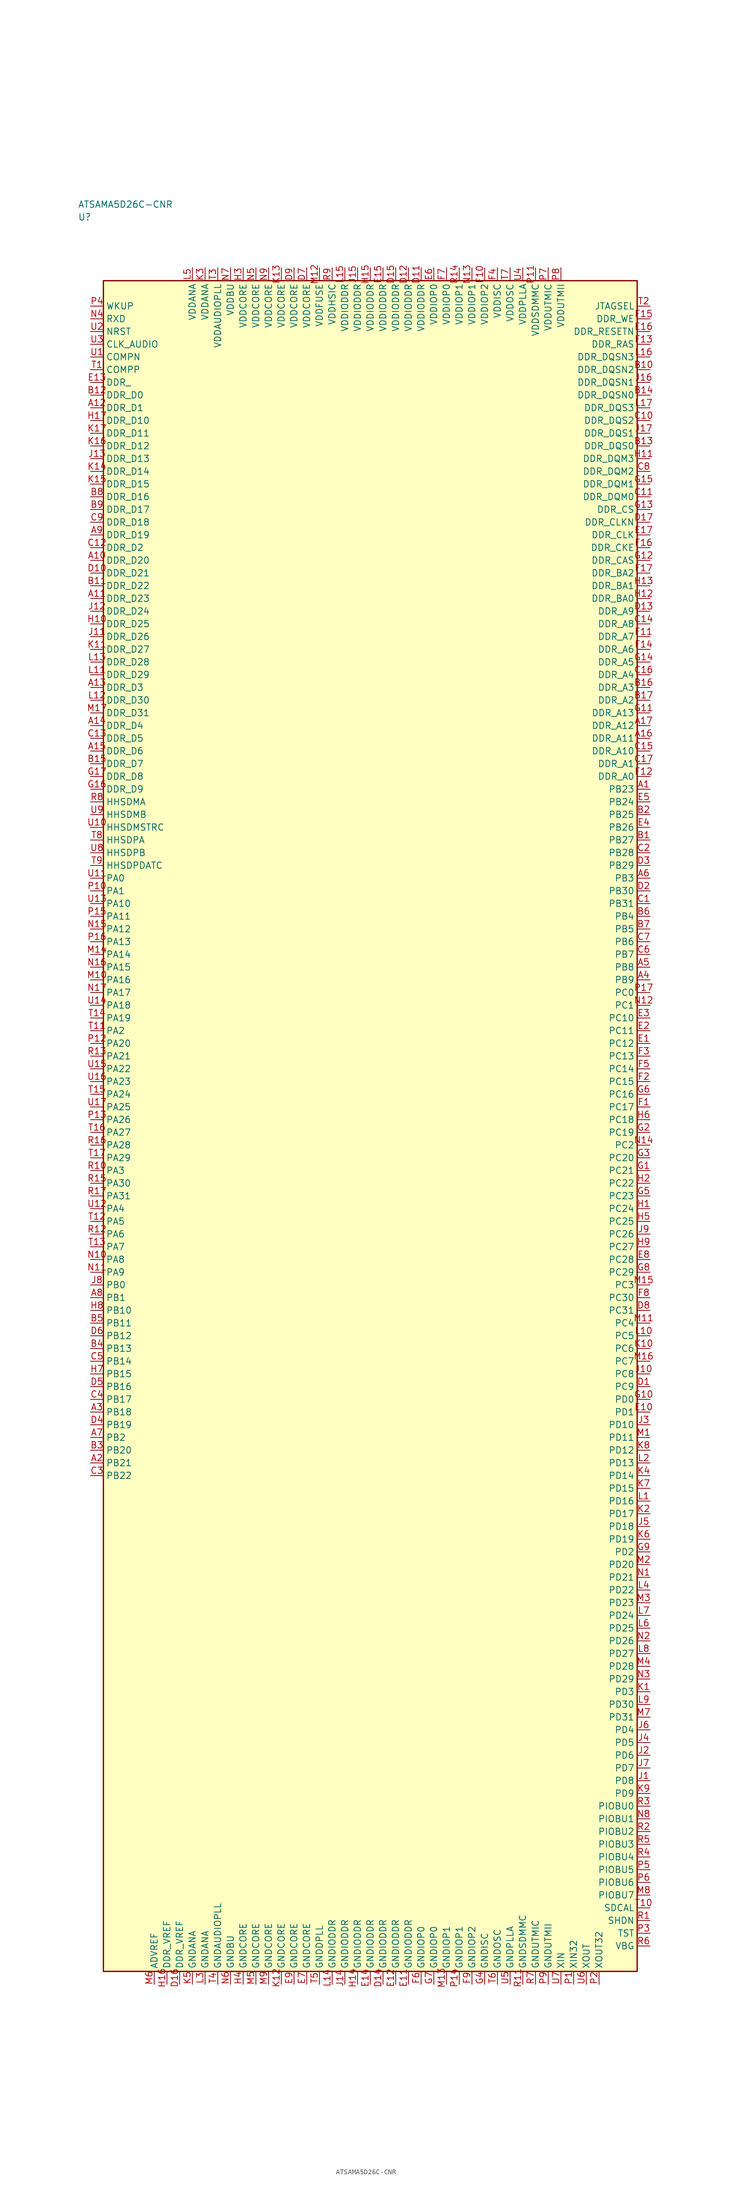
<source format=kicad_sym>
(kicad_symbol_lib
  (version 20241025)
  (generator "kicad_symbol_editor")
  (generator_version "8.0")
  (symbol "ATSAMA5D26C-CNR"
    (property "Reference" "U"
      (at -57.5 178.75 0)
      (effects (font (size 1.27 1.27)) (justify left)))
    (property "Value" "ATSAMA5D26C-CNR"
      (at -57.5 181.25 0)
      (effects (font (size 1.27 1.27)) (justify left)))
    (symbol "ATSAMA5D26C-CNR_0_1"
      (rectangle (start -52.5 166.25) (end 52.5 -166.25) (stroke (width 0.254) (type default)) (fill (type background))))
    (symbol "ATSAMA5D26C-CNR_1_1"
      (pin bidirectional line (at -55.04 48.75 0.0) (length 2.54) (name "PA0" (effects (font (size 1.27 1.27)))) (number "U11" (effects (font (size 1.27 1.27)))))
      (pin bidirectional line (at -55.04 46.25 0.0) (length 2.54) (name "PA1" (effects (font (size 1.27 1.27)))) (number "P10" (effects (font (size 1.27 1.27)))))
      (pin bidirectional line (at -55.04 18.75 0.0) (length 2.54) (name "PA2" (effects (font (size 1.27 1.27)))) (number "T11" (effects (font (size 1.27 1.27)))))
      (pin bidirectional line (at -55.04 -8.75 0.0) (length 2.54) (name "PA3" (effects (font (size 1.27 1.27)))) (number "R10" (effects (font (size 1.27 1.27)))))
      (pin bidirectional line (at -55.04 -16.25 0.0) (length 2.54) (name "PA4" (effects (font (size 1.27 1.27)))) (number "U12" (effects (font (size 1.27 1.27)))))
      (pin bidirectional line (at -55.04 -18.75 0.0) (length 2.54) (name "PA5" (effects (font (size 1.27 1.27)))) (number "T12" (effects (font (size 1.27 1.27)))))
      (pin bidirectional line (at -55.04 -21.25 0.0) (length 2.54) (name "PA6" (effects (font (size 1.27 1.27)))) (number "R12" (effects (font (size 1.27 1.27)))))
      (pin bidirectional line (at -55.04 -23.75 0.0) (length 2.54) (name "PA7" (effects (font (size 1.27 1.27)))) (number "T13" (effects (font (size 1.27 1.27)))))
      (pin bidirectional line (at -55.04 -26.25 0.0) (length 2.54) (name "PA8" (effects (font (size 1.27 1.27)))) (number "N10" (effects (font (size 1.27 1.27)))))
      (pin bidirectional line (at -55.04 -28.75 0.0) (length 2.54) (name "PA9" (effects (font (size 1.27 1.27)))) (number "N11" (effects (font (size 1.27 1.27)))))
      (pin bidirectional line (at -55.04 43.75 0.0) (length 2.54) (name "PA10" (effects (font (size 1.27 1.27)))) (number "U13" (effects (font (size 1.27 1.27)))))
      (pin bidirectional line (at -55.04 41.25 0.0) (length 2.54) (name "PA11" (effects (font (size 1.27 1.27)))) (number "P15" (effects (font (size 1.27 1.27)))))
      (pin bidirectional line (at -55.04 38.75 0.0) (length 2.54) (name "PA12" (effects (font (size 1.27 1.27)))) (number "N15" (effects (font (size 1.27 1.27)))))
      (pin bidirectional line (at -55.04 36.25 0.0) (length 2.54) (name "PA13" (effects (font (size 1.27 1.27)))) (number "P16" (effects (font (size 1.27 1.27)))))
      (pin bidirectional line (at -55.04 33.75 0.0) (length 2.54) (name "PA14" (effects (font (size 1.27 1.27)))) (number "M14" (effects (font (size 1.27 1.27)))))
      (pin bidirectional line (at -55.04 31.25 0.0) (length 2.54) (name "PA15" (effects (font (size 1.27 1.27)))) (number "N16" (effects (font (size 1.27 1.27)))))
      (pin bidirectional line (at -55.04 28.75 0.0) (length 2.54) (name "PA16" (effects (font (size 1.27 1.27)))) (number "M10" (effects (font (size 1.27 1.27)))))
      (pin bidirectional line (at -55.04 26.25 0.0) (length 2.54) (name "PA17" (effects (font (size 1.27 1.27)))) (number "N17" (effects (font (size 1.27 1.27)))))
      (pin bidirectional line (at -55.04 23.75 0.0) (length 2.54) (name "PA18" (effects (font (size 1.27 1.27)))) (number "U14" (effects (font (size 1.27 1.27)))))
      (pin bidirectional line (at -55.04 21.25 0.0) (length 2.54) (name "PA19" (effects (font (size 1.27 1.27)))) (number "T14" (effects (font (size 1.27 1.27)))))
      (pin bidirectional line (at -55.04 16.25 0.0) (length 2.54) (name "PA20" (effects (font (size 1.27 1.27)))) (number "P12" (effects (font (size 1.27 1.27)))))
      (pin bidirectional line (at -55.04 13.75 0.0) (length 2.54) (name "PA21" (effects (font (size 1.27 1.27)))) (number "R13" (effects (font (size 1.27 1.27)))))
      (pin bidirectional line (at -55.04 11.25 0.0) (length 2.54) (name "PA22" (effects (font (size 1.27 1.27)))) (number "U15" (effects (font (size 1.27 1.27)))))
      (pin bidirectional line (at -55.04 8.75 0.0) (length 2.54) (name "PA23" (effects (font (size 1.27 1.27)))) (number "U16" (effects (font (size 1.27 1.27)))))
      (pin bidirectional line (at -55.04 6.25 0.0) (length 2.54) (name "PA24" (effects (font (size 1.27 1.27)))) (number "T15" (effects (font (size 1.27 1.27)))))
      (pin bidirectional line (at -55.04 3.75 0.0) (length 2.54) (name "PA25" (effects (font (size 1.27 1.27)))) (number "U17" (effects (font (size 1.27 1.27)))))
      (pin bidirectional line (at -55.04 1.25 0.0) (length 2.54) (name "PA26" (effects (font (size 1.27 1.27)))) (number "P13" (effects (font (size 1.27 1.27)))))
      (pin bidirectional line (at -55.04 -1.25 0.0) (length 2.54) (name "PA27" (effects (font (size 1.27 1.27)))) (number "T16" (effects (font (size 1.27 1.27)))))
      (pin bidirectional line (at -55.04 -3.75 0.0) (length 2.54) (name "PA28" (effects (font (size 1.27 1.27)))) (number "R16" (effects (font (size 1.27 1.27)))))
      (pin bidirectional line (at -55.04 -6.25 0.0) (length 2.54) (name "PA29" (effects (font (size 1.27 1.27)))) (number "T17" (effects (font (size 1.27 1.27)))))
      (pin bidirectional line (at -55.04 -11.25 0.0) (length 2.54) (name "PA30" (effects (font (size 1.27 1.27)))) (number "R15" (effects (font (size 1.27 1.27)))))
      (pin bidirectional line (at -55.04 -13.75 0.0) (length 2.54) (name "PA31" (effects (font (size 1.27 1.27)))) (number "R17" (effects (font (size 1.27 1.27)))))
      (pin bidirectional line (at -55.04 -31.25 0.0) (length 2.54) (name "PB0" (effects (font (size 1.27 1.27)))) (number "J8" (effects (font (size 1.27 1.27)))))
      (pin bidirectional line (at -55.04 -33.75 0.0) (length 2.54) (name "PB1" (effects (font (size 1.27 1.27)))) (number "A8" (effects (font (size 1.27 1.27)))))
      (pin bidirectional line (at -55.04 -61.25 0.0) (length 2.54) (name "PB2" (effects (font (size 1.27 1.27)))) (number "A7" (effects (font (size 1.27 1.27)))))
      (pin bidirectional line (at 55.04 48.75 180.0) (length 2.54) (name "PB3" (effects (font (size 1.27 1.27)))) (number "A6" (effects (font (size 1.27 1.27)))))
      (pin bidirectional line (at 55.04 41.25 180.0) (length 2.54) (name "PB4" (effects (font (size 1.27 1.27)))) (number "B6" (effects (font (size 1.27 1.27)))))
      (pin bidirectional line (at 55.04 38.75 180.0) (length 2.54) (name "PB5" (effects (font (size 1.27 1.27)))) (number "B7" (effects (font (size 1.27 1.27)))))
      (pin bidirectional line (at 55.04 36.25 180.0) (length 2.54) (name "PB6" (effects (font (size 1.27 1.27)))) (number "C7" (effects (font (size 1.27 1.27)))))
      (pin bidirectional line (at 55.04 33.75 180.0) (length 2.54) (name "PB7" (effects (font (size 1.27 1.27)))) (number "C6" (effects (font (size 1.27 1.27)))))
      (pin bidirectional line (at 55.04 31.25 180.0) (length 2.54) (name "PB8" (effects (font (size 1.27 1.27)))) (number "A5" (effects (font (size 1.27 1.27)))))
      (pin bidirectional line (at 55.04 28.75 180.0) (length 2.54) (name "PB9" (effects (font (size 1.27 1.27)))) (number "A4" (effects (font (size 1.27 1.27)))))
      (pin bidirectional line (at -55.04 -36.25 0.0) (length 2.54) (name "PB10" (effects (font (size 1.27 1.27)))) (number "H8" (effects (font (size 1.27 1.27)))))
      (pin bidirectional line (at -55.04 -38.75 0.0) (length 2.54) (name "PB11" (effects (font (size 1.27 1.27)))) (number "B5" (effects (font (size 1.27 1.27)))))
      (pin bidirectional line (at -55.04 -41.25 0.0) (length 2.54) (name "PB12" (effects (font (size 1.27 1.27)))) (number "D6" (effects (font (size 1.27 1.27)))))
      (pin bidirectional line (at -55.04 -43.75 0.0) (length 2.54) (name "PB13" (effects (font (size 1.27 1.27)))) (number "B4" (effects (font (size 1.27 1.27)))))
      (pin bidirectional line (at -55.04 -46.25 0.0) (length 2.54) (name "PB14" (effects (font (size 1.27 1.27)))) (number "C5" (effects (font (size 1.27 1.27)))))
      (pin bidirectional line (at -55.04 -48.75 0.0) (length 2.54) (name "PB15" (effects (font (size 1.27 1.27)))) (number "H7" (effects (font (size 1.27 1.27)))))
      (pin bidirectional line (at -55.04 -51.25 0.0) (length 2.54) (name "PB16" (effects (font (size 1.27 1.27)))) (number "D5" (effects (font (size 1.27 1.27)))))
      (pin bidirectional line (at -55.04 -53.75 0.0) (length 2.54) (name "PB17" (effects (font (size 1.27 1.27)))) (number "C4" (effects (font (size 1.27 1.27)))))
      (pin bidirectional line (at -55.04 -56.25 0.0) (length 2.54) (name "PB18" (effects (font (size 1.27 1.27)))) (number "A3" (effects (font (size 1.27 1.27)))))
      (pin bidirectional line (at -55.04 -58.75 0.0) (length 2.54) (name "PB19" (effects (font (size 1.27 1.27)))) (number "D4" (effects (font (size 1.27 1.27)))))
      (pin bidirectional line (at -55.04 -63.75 0.0) (length 2.54) (name "PB20" (effects (font (size 1.27 1.27)))) (number "B3" (effects (font (size 1.27 1.27)))))
      (pin bidirectional line (at -55.04 -66.25 0.0) (length 2.54) (name "PB21" (effects (font (size 1.27 1.27)))) (number "A2" (effects (font (size 1.27 1.27)))))
      (pin bidirectional line (at -55.04 -68.75 0.0) (length 2.54) (name "PB22" (effects (font (size 1.27 1.27)))) (number "C3" (effects (font (size 1.27 1.27)))))
      (pin bidirectional line (at 55.04 66.25 180.0) (length 2.54) (name "PB23" (effects (font (size 1.27 1.27)))) (number "A1" (effects (font (size 1.27 1.27)))))
      (pin bidirectional line (at 55.04 63.75 180.0) (length 2.54) (name "PB24" (effects (font (size 1.27 1.27)))) (number "E5" (effects (font (size 1.27 1.27)))))
      (pin bidirectional line (at 55.04 61.25 180.0) (length 2.54) (name "PB25" (effects (font (size 1.27 1.27)))) (number "B2" (effects (font (size 1.27 1.27)))))
      (pin bidirectional line (at 55.04 58.75 180.0) (length 2.54) (name "PB26" (effects (font (size 1.27 1.27)))) (number "E4" (effects (font (size 1.27 1.27)))))
      (pin bidirectional line (at 55.04 56.25 180.0) (length 2.54) (name "PB27" (effects (font (size 1.27 1.27)))) (number "B1" (effects (font (size 1.27 1.27)))))
      (pin bidirectional line (at 55.04 53.75 180.0) (length 2.54) (name "PB28" (effects (font (size 1.27 1.27)))) (number "C2" (effects (font (size 1.27 1.27)))))
      (pin bidirectional line (at 55.04 51.25 180.0) (length 2.54) (name "PB29" (effects (font (size 1.27 1.27)))) (number "D3" (effects (font (size 1.27 1.27)))))
      (pin bidirectional line (at 55.04 46.25 180.0) (length 2.54) (name "PB30" (effects (font (size 1.27 1.27)))) (number "D2" (effects (font (size 1.27 1.27)))))
      (pin bidirectional line (at 55.04 43.75 180.0) (length 2.54) (name "PB31" (effects (font (size 1.27 1.27)))) (number "C1" (effects (font (size 1.27 1.27)))))
      (pin bidirectional line (at 55.04 26.25 180.0) (length 2.54) (name "PC0" (effects (font (size 1.27 1.27)))) (number "P17" (effects (font (size 1.27 1.27)))))
      (pin bidirectional line (at 55.04 23.75 180.0) (length 2.54) (name "PC1" (effects (font (size 1.27 1.27)))) (number "N12" (effects (font (size 1.27 1.27)))))
      (pin bidirectional line (at 55.04 -3.75 180.0) (length 2.54) (name "PC2" (effects (font (size 1.27 1.27)))) (number "N14" (effects (font (size 1.27 1.27)))))
      (pin bidirectional line (at 55.04 -31.25 180.0) (length 2.54) (name "PC3" (effects (font (size 1.27 1.27)))) (number "M15" (effects (font (size 1.27 1.27)))))
      (pin bidirectional line (at 55.04 -38.75 180.0) (length 2.54) (name "PC4" (effects (font (size 1.27 1.27)))) (number "M11" (effects (font (size 1.27 1.27)))))
      (pin bidirectional line (at 55.04 -41.25 180.0) (length 2.54) (name "PC5" (effects (font (size 1.27 1.27)))) (number "L10" (effects (font (size 1.27 1.27)))))
      (pin bidirectional line (at 55.04 -43.75 180.0) (length 2.54) (name "PC6" (effects (font (size 1.27 1.27)))) (number "K10" (effects (font (size 1.27 1.27)))))
      (pin bidirectional line (at 55.04 -46.25 180.0) (length 2.54) (name "PC7" (effects (font (size 1.27 1.27)))) (number "M16" (effects (font (size 1.27 1.27)))))
      (pin bidirectional line (at 55.04 -48.75 180.0) (length 2.54) (name "PC8" (effects (font (size 1.27 1.27)))) (number "J10" (effects (font (size 1.27 1.27)))))
      (pin bidirectional line (at 55.04 -51.25 180.0) (length 2.54) (name "PC9" (effects (font (size 1.27 1.27)))) (number "D1" (effects (font (size 1.27 1.27)))))
      (pin bidirectional line (at 55.04 21.25 180.0) (length 2.54) (name "PC10" (effects (font (size 1.27 1.27)))) (number "E3" (effects (font (size 1.27 1.27)))))
      (pin bidirectional line (at 55.04 18.75 180.0) (length 2.54) (name "PC11" (effects (font (size 1.27 1.27)))) (number "E2" (effects (font (size 1.27 1.27)))))
      (pin bidirectional line (at 55.04 16.25 180.0) (length 2.54) (name "PC12" (effects (font (size 1.27 1.27)))) (number "E1" (effects (font (size 1.27 1.27)))))
      (pin bidirectional line (at 55.04 13.75 180.0) (length 2.54) (name "PC13" (effects (font (size 1.27 1.27)))) (number "F3" (effects (font (size 1.27 1.27)))))
      (pin bidirectional line (at 55.04 11.25 180.0) (length 2.54) (name "PC14" (effects (font (size 1.27 1.27)))) (number "F5" (effects (font (size 1.27 1.27)))))
      (pin bidirectional line (at 55.04 8.75 180.0) (length 2.54) (name "PC15" (effects (font (size 1.27 1.27)))) (number "F2" (effects (font (size 1.27 1.27)))))
      (pin bidirectional line (at 55.04 6.25 180.0) (length 2.54) (name "PC16" (effects (font (size 1.27 1.27)))) (number "G6" (effects (font (size 1.27 1.27)))))
      (pin bidirectional line (at 55.04 3.75 180.0) (length 2.54) (name "PC17" (effects (font (size 1.27 1.27)))) (number "F1" (effects (font (size 1.27 1.27)))))
      (pin bidirectional line (at 55.04 1.25 180.0) (length 2.54) (name "PC18" (effects (font (size 1.27 1.27)))) (number "H6" (effects (font (size 1.27 1.27)))))
      (pin bidirectional line (at 55.04 -1.25 180.0) (length 2.54) (name "PC19" (effects (font (size 1.27 1.27)))) (number "G2" (effects (font (size 1.27 1.27)))))
      (pin bidirectional line (at 55.04 -6.25 180.0) (length 2.54) (name "PC20" (effects (font (size 1.27 1.27)))) (number "G3" (effects (font (size 1.27 1.27)))))
      (pin bidirectional line (at 55.04 -8.75 180.0) (length 2.54) (name "PC21" (effects (font (size 1.27 1.27)))) (number "G1" (effects (font (size 1.27 1.27)))))
      (pin bidirectional line (at 55.04 -11.25 180.0) (length 2.54) (name "PC22" (effects (font (size 1.27 1.27)))) (number "H2" (effects (font (size 1.27 1.27)))))
      (pin bidirectional line (at 55.04 -13.75 180.0) (length 2.54) (name "PC23" (effects (font (size 1.27 1.27)))) (number "G5" (effects (font (size 1.27 1.27)))))
      (pin bidirectional line (at 55.04 -16.25 180.0) (length 2.54) (name "PC24" (effects (font (size 1.27 1.27)))) (number "H1" (effects (font (size 1.27 1.27)))))
      (pin bidirectional line (at 55.04 -18.75 180.0) (length 2.54) (name "PC25" (effects (font (size 1.27 1.27)))) (number "H5" (effects (font (size 1.27 1.27)))))
      (pin bidirectional line (at 55.04 -21.25 180.0) (length 2.54) (name "PC26" (effects (font (size 1.27 1.27)))) (number "J9" (effects (font (size 1.27 1.27)))))
      (pin bidirectional line (at 55.04 -23.75 180.0) (length 2.54) (name "PC27" (effects (font (size 1.27 1.27)))) (number "H9" (effects (font (size 1.27 1.27)))))
      (pin bidirectional line (at 55.04 -26.25 180.0) (length 2.54) (name "PC28" (effects (font (size 1.27 1.27)))) (number "E8" (effects (font (size 1.27 1.27)))))
      (pin bidirectional line (at 55.04 -28.75 180.0) (length 2.54) (name "PC29" (effects (font (size 1.27 1.27)))) (number "G8" (effects (font (size 1.27 1.27)))))
      (pin bidirectional line (at 55.04 -33.75 180.0) (length 2.54) (name "PC30" (effects (font (size 1.27 1.27)))) (number "F8" (effects (font (size 1.27 1.27)))))
      (pin bidirectional line (at 55.04 -36.25 180.0) (length 2.54) (name "PC31" (effects (font (size 1.27 1.27)))) (number "D8" (effects (font (size 1.27 1.27)))))
      (pin bidirectional line (at 55.04 -53.75 180.0) (length 2.54) (name "PD0" (effects (font (size 1.27 1.27)))) (number "G10" (effects (font (size 1.27 1.27)))))
      (pin bidirectional line (at 55.04 -56.25 180.0) (length 2.54) (name "PD1" (effects (font (size 1.27 1.27)))) (number "E10" (effects (font (size 1.27 1.27)))))
      (pin bidirectional line (at 55.04 -83.75 180.0) (length 2.54) (name "PD2" (effects (font (size 1.27 1.27)))) (number "G9" (effects (font (size 1.27 1.27)))))
      (pin bidirectional line (at 55.04 -111.25 180.0) (length 2.54) (name "PD3" (effects (font (size 1.27 1.27)))) (number "K1" (effects (font (size 1.27 1.27)))))
      (pin bidirectional line (at 55.04 -118.75 180.0) (length 2.54) (name "PD4" (effects (font (size 1.27 1.27)))) (number "J6" (effects (font (size 1.27 1.27)))))
      (pin bidirectional line (at 55.04 -121.25 180.0) (length 2.54) (name "PD5" (effects (font (size 1.27 1.27)))) (number "J4" (effects (font (size 1.27 1.27)))))
      (pin bidirectional line (at 55.04 -123.75 180.0) (length 2.54) (name "PD6" (effects (font (size 1.27 1.27)))) (number "J2" (effects (font (size 1.27 1.27)))))
      (pin bidirectional line (at 55.04 -126.25 180.0) (length 2.54) (name "PD7" (effects (font (size 1.27 1.27)))) (number "J7" (effects (font (size 1.27 1.27)))))
      (pin bidirectional line (at 55.04 -128.75 180.0) (length 2.54) (name "PD8" (effects (font (size 1.27 1.27)))) (number "J1" (effects (font (size 1.27 1.27)))))
      (pin bidirectional line (at 55.04 -131.25 180.0) (length 2.54) (name "PD9" (effects (font (size 1.27 1.27)))) (number "K9" (effects (font (size 1.27 1.27)))))
      (pin bidirectional line (at 55.04 -58.75 180.0) (length 2.54) (name "PD10" (effects (font (size 1.27 1.27)))) (number "J3" (effects (font (size 1.27 1.27)))))
      (pin bidirectional line (at 55.04 -61.25 180.0) (length 2.54) (name "PD11" (effects (font (size 1.27 1.27)))) (number "M1" (effects (font (size 1.27 1.27)))))
      (pin bidirectional line (at 55.04 -63.75 180.0) (length 2.54) (name "PD12" (effects (font (size 1.27 1.27)))) (number "K8" (effects (font (size 1.27 1.27)))))
      (pin bidirectional line (at 55.04 -66.25 180.0) (length 2.54) (name "PD13" (effects (font (size 1.27 1.27)))) (number "L2" (effects (font (size 1.27 1.27)))))
      (pin bidirectional line (at 55.04 -68.75 180.0) (length 2.54) (name "PD14" (effects (font (size 1.27 1.27)))) (number "K4" (effects (font (size 1.27 1.27)))))
      (pin bidirectional line (at 55.04 -71.25 180.0) (length 2.54) (name "PD15" (effects (font (size 1.27 1.27)))) (number "K7" (effects (font (size 1.27 1.27)))))
      (pin bidirectional line (at 55.04 -73.75 180.0) (length 2.54) (name "PD16" (effects (font (size 1.27 1.27)))) (number "L1" (effects (font (size 1.27 1.27)))))
      (pin bidirectional line (at 55.04 -76.25 180.0) (length 2.54) (name "PD17" (effects (font (size 1.27 1.27)))) (number "K2" (effects (font (size 1.27 1.27)))))
      (pin bidirectional line (at 55.04 -78.75 180.0) (length 2.54) (name "PD18" (effects (font (size 1.27 1.27)))) (number "J5" (effects (font (size 1.27 1.27)))))
      (pin bidirectional line (at 55.04 -81.25 180.0) (length 2.54) (name "PD19" (effects (font (size 1.27 1.27)))) (number "K6" (effects (font (size 1.27 1.27)))))
      (pin bidirectional line (at 55.04 -86.25 180.0) (length 2.54) (name "PD20" (effects (font (size 1.27 1.27)))) (number "M2" (effects (font (size 1.27 1.27)))))
      (pin bidirectional line (at 55.04 -88.75 180.0) (length 2.54) (name "PD21" (effects (font (size 1.27 1.27)))) (number "N1" (effects (font (size 1.27 1.27)))))
      (pin bidirectional line (at 55.04 -91.25 180.0) (length 2.54) (name "PD22" (effects (font (size 1.27 1.27)))) (number "L4" (effects (font (size 1.27 1.27)))))
      (pin bidirectional line (at 55.04 -93.75 180.0) (length 2.54) (name "PD23" (effects (font (size 1.27 1.27)))) (number "M3" (effects (font (size 1.27 1.27)))))
      (pin bidirectional line (at 55.04 -96.25 180.0) (length 2.54) (name "PD24" (effects (font (size 1.27 1.27)))) (number "L7" (effects (font (size 1.27 1.27)))))
      (pin bidirectional line (at 55.04 -98.75 180.0) (length 2.54) (name "PD25" (effects (font (size 1.27 1.27)))) (number "L6" (effects (font (size 1.27 1.27)))))
      (pin bidirectional line (at 55.04 -101.25 180.0) (length 2.54) (name "PD26" (effects (font (size 1.27 1.27)))) (number "N2" (effects (font (size 1.27 1.27)))))
      (pin bidirectional line (at 55.04 -103.75 180.0) (length 2.54) (name "PD27" (effects (font (size 1.27 1.27)))) (number "L8" (effects (font (size 1.27 1.27)))))
      (pin bidirectional line (at 55.04 -106.25 180.0) (length 2.54) (name "PD28" (effects (font (size 1.27 1.27)))) (number "M4" (effects (font (size 1.27 1.27)))))
      (pin bidirectional line (at 55.04 -108.75 180.0) (length 2.54) (name "PD29" (effects (font (size 1.27 1.27)))) (number "N3" (effects (font (size 1.27 1.27)))))
      (pin bidirectional line (at 55.04 -113.75 180.0) (length 2.54) (name "PD30" (effects (font (size 1.27 1.27)))) (number "L9" (effects (font (size 1.27 1.27)))))
      (pin bidirectional line (at 55.04 -116.25 180.0) (length 2.54) (name "PD31" (effects (font (size 1.27 1.27)))) (number "M7" (effects (font (size 1.27 1.27)))))
      (pin power_in line (at -35.0 168.79 270.0) (length 2.54) (name "VDDANA" (effects (font (size 1.27 1.27)))) (number "L5" (effects (font (size 1.27 1.27)))))
      (pin passive line (at -35.0 -168.79 90.0) (length 2.54) (name "GNDANA" (effects (font (size 1.27 1.27)))) (number "K5" (effects (font (size 1.27 1.27)))))
      (pin passive line (at -42.5 -168.79 90.0) (length 2.54) (name "ADVREF" (effects (font (size 1.27 1.27)))) (number "M6" (effects (font (size 1.27 1.27)))))
      (pin power_in line (at -32.5 168.79 270.0) (length 2.54) (name "VDDANA" (effects (font (size 1.27 1.27)))) (number "K3" (effects (font (size 1.27 1.27)))))
      (pin passive line (at -32.5 -168.79 90.0) (length 2.54) (name "GNDANA" (effects (font (size 1.27 1.27)))) (number "L3" (effects (font (size 1.27 1.27)))))
      (pin passive line (at -40.0 -168.79 90.0) (length 2.54) (name "DDR_VREF" (effects (font (size 1.27 1.27)))) (number "H16" (effects (font (size 1.27 1.27)))))
      (pin passive line (at -37.5 -168.79 90.0) (length 2.54) (name "DDR_VREF" (effects (font (size 1.27 1.27)))) (number "D16" (effects (font (size 1.27 1.27)))))
      (pin bidirectional line (at -55.04 143.75 0.0) (length 2.54) (name "DDR_D0" (effects (font (size 1.27 1.27)))) (number "B12" (effects (font (size 1.27 1.27)))))
      (pin bidirectional line (at -55.04 141.25 0.0) (length 2.54) (name "DDR_D1" (effects (font (size 1.27 1.27)))) (number "A12" (effects (font (size 1.27 1.27)))))
      (pin bidirectional line (at -55.04 113.75 0.0) (length 2.54) (name "DDR_D2" (effects (font (size 1.27 1.27)))) (number "C12" (effects (font (size 1.27 1.27)))))
      (pin bidirectional line (at -55.04 86.25 0.0) (length 2.54) (name "DDR_D3" (effects (font (size 1.27 1.27)))) (number "A13" (effects (font (size 1.27 1.27)))))
      (pin bidirectional line (at -55.04 78.75 0.0) (length 2.54) (name "DDR_D4" (effects (font (size 1.27 1.27)))) (number "A14" (effects (font (size 1.27 1.27)))))
      (pin bidirectional line (at -55.04 76.25 0.0) (length 2.54) (name "DDR_D5" (effects (font (size 1.27 1.27)))) (number "C13" (effects (font (size 1.27 1.27)))))
      (pin bidirectional line (at -55.04 73.75 0.0) (length 2.54) (name "DDR_D6" (effects (font (size 1.27 1.27)))) (number "A15" (effects (font (size 1.27 1.27)))))
      (pin bidirectional line (at -55.04 71.25 0.0) (length 2.54) (name "DDR_D7" (effects (font (size 1.27 1.27)))) (number "B15" (effects (font (size 1.27 1.27)))))
      (pin bidirectional line (at -55.04 68.75 0.0) (length 2.54) (name "DDR_D8" (effects (font (size 1.27 1.27)))) (number "G17" (effects (font (size 1.27 1.27)))))
      (pin bidirectional line (at -55.04 66.25 0.0) (length 2.54) (name "DDR_D9" (effects (font (size 1.27 1.27)))) (number "G16" (effects (font (size 1.27 1.27)))))
      (pin bidirectional line (at -55.04 138.75 0.0) (length 2.54) (name "DDR_D10" (effects (font (size 1.27 1.27)))) (number "H17" (effects (font (size 1.27 1.27)))))
      (pin bidirectional line (at -55.04 136.25 0.0) (length 2.54) (name "DDR_D11" (effects (font (size 1.27 1.27)))) (number "K17" (effects (font (size 1.27 1.27)))))
      (pin bidirectional line (at -55.04 133.75 0.0) (length 2.54) (name "DDR_D12" (effects (font (size 1.27 1.27)))) (number "K16" (effects (font (size 1.27 1.27)))))
      (pin bidirectional line (at -55.04 131.25 0.0) (length 2.54) (name "DDR_D13" (effects (font (size 1.27 1.27)))) (number "J13" (effects (font (size 1.27 1.27)))))
      (pin bidirectional line (at -55.04 128.75 0.0) (length 2.54) (name "DDR_D14" (effects (font (size 1.27 1.27)))) (number "K14" (effects (font (size 1.27 1.27)))))
      (pin bidirectional line (at -55.04 126.25 0.0) (length 2.54) (name "DDR_D15" (effects (font (size 1.27 1.27)))) (number "K15" (effects (font (size 1.27 1.27)))))
      (pin bidirectional line (at -55.04 123.75 0.0) (length 2.54) (name "DDR_D16" (effects (font (size 1.27 1.27)))) (number "B8" (effects (font (size 1.27 1.27)))))
      (pin bidirectional line (at -55.04 121.25 0.0) (length 2.54) (name "DDR_D17" (effects (font (size 1.27 1.27)))) (number "B9" (effects (font (size 1.27 1.27)))))
      (pin bidirectional line (at -55.04 118.75 0.0) (length 2.54) (name "DDR_D18" (effects (font (size 1.27 1.27)))) (number "C9" (effects (font (size 1.27 1.27)))))
      (pin bidirectional line (at -55.04 116.25 0.0) (length 2.54) (name "DDR_D19" (effects (font (size 1.27 1.27)))) (number "A9" (effects (font (size 1.27 1.27)))))
      (pin bidirectional line (at -55.04 111.25 0.0) (length 2.54) (name "DDR_D20" (effects (font (size 1.27 1.27)))) (number "A10" (effects (font (size 1.27 1.27)))))
      (pin bidirectional line (at -55.04 108.75 0.0) (length 2.54) (name "DDR_D21" (effects (font (size 1.27 1.27)))) (number "D10" (effects (font (size 1.27 1.27)))))
      (pin bidirectional line (at -55.04 106.25 0.0) (length 2.54) (name "DDR_D22" (effects (font (size 1.27 1.27)))) (number "B11" (effects (font (size 1.27 1.27)))))
      (pin bidirectional line (at -55.04 103.75 0.0) (length 2.54) (name "DDR_D23" (effects (font (size 1.27 1.27)))) (number "A11" (effects (font (size 1.27 1.27)))))
      (pin bidirectional line (at -55.04 101.25 0.0) (length 2.54) (name "DDR_D24" (effects (font (size 1.27 1.27)))) (number "J12" (effects (font (size 1.27 1.27)))))
      (pin bidirectional line (at -55.04 98.75 0.0) (length 2.54) (name "DDR_D25" (effects (font (size 1.27 1.27)))) (number "H10" (effects (font (size 1.27 1.27)))))
      (pin bidirectional line (at -55.04 96.25 0.0) (length 2.54) (name "DDR_D26" (effects (font (size 1.27 1.27)))) (number "J11" (effects (font (size 1.27 1.27)))))
      (pin bidirectional line (at -55.04 93.75 0.0) (length 2.54) (name "DDR_D27" (effects (font (size 1.27 1.27)))) (number "K11" (effects (font (size 1.27 1.27)))))
      (pin bidirectional line (at -55.04 91.25 0.0) (length 2.54) (name "DDR_D28" (effects (font (size 1.27 1.27)))) (number "L13" (effects (font (size 1.27 1.27)))))
      (pin bidirectional line (at -55.04 88.75 0.0) (length 2.54) (name "DDR_D29" (effects (font (size 1.27 1.27)))) (number "L11" (effects (font (size 1.27 1.27)))))
      (pin bidirectional line (at -55.04 83.75 0.0) (length 2.54) (name "DDR_D30" (effects (font (size 1.27 1.27)))) (number "L12" (effects (font (size 1.27 1.27)))))
      (pin bidirectional line (at -55.04 81.25 0.0) (length 2.54) (name "DDR_D31" (effects (font (size 1.27 1.27)))) (number "M17" (effects (font (size 1.27 1.27)))))
      (pin output line (at 55.04 68.75 180.0) (length 2.54) (name "DDR_A0" (effects (font (size 1.27 1.27)))) (number "F12" (effects (font (size 1.27 1.27)))))
      (pin output line (at 55.04 71.25 180.0) (length 2.54) (name "DDR_A1" (effects (font (size 1.27 1.27)))) (number "C17" (effects (font (size 1.27 1.27)))))
      (pin output line (at 55.04 83.75 180.0) (length 2.54) (name "DDR_A2" (effects (font (size 1.27 1.27)))) (number "B17" (effects (font (size 1.27 1.27)))))
      (pin output line (at 55.04 86.25 180.0) (length 2.54) (name "DDR_A3" (effects (font (size 1.27 1.27)))) (number "B16" (effects (font (size 1.27 1.27)))))
      (pin output line (at 55.04 88.75 180.0) (length 2.54) (name "DDR_A4" (effects (font (size 1.27 1.27)))) (number "C16" (effects (font (size 1.27 1.27)))))
      (pin output line (at 55.04 91.25 180.0) (length 2.54) (name "DDR_A5" (effects (font (size 1.27 1.27)))) (number "G14" (effects (font (size 1.27 1.27)))))
      (pin output line (at 55.04 93.75 180.0) (length 2.54) (name "DDR_A6" (effects (font (size 1.27 1.27)))) (number "F14" (effects (font (size 1.27 1.27)))))
      (pin output line (at 55.04 96.25 180.0) (length 2.54) (name "DDR_A7" (effects (font (size 1.27 1.27)))) (number "F11" (effects (font (size 1.27 1.27)))))
      (pin output line (at 55.04 98.75 180.0) (length 2.54) (name "DDR_A8" (effects (font (size 1.27 1.27)))) (number "C14" (effects (font (size 1.27 1.27)))))
      (pin output line (at 55.04 101.25 180.0) (length 2.54) (name "DDR_A9" (effects (font (size 1.27 1.27)))) (number "D13" (effects (font (size 1.27 1.27)))))
      (pin output line (at 55.04 73.75 180.0) (length 2.54) (name "DDR_A10" (effects (font (size 1.27 1.27)))) (number "C15" (effects (font (size 1.27 1.27)))))
      (pin output line (at 55.04 76.25 180.0) (length 2.54) (name "DDR_A11" (effects (font (size 1.27 1.27)))) (number "A16" (effects (font (size 1.27 1.27)))))
      (pin output line (at 55.04 78.75 180.0) (length 2.54) (name "DDR_A12" (effects (font (size 1.27 1.27)))) (number "A17" (effects (font (size 1.27 1.27)))))
      (pin output line (at 55.04 81.25 180.0) (length 2.54) (name "DDR_A13" (effects (font (size 1.27 1.27)))) (number "G11" (effects (font (size 1.27 1.27)))))
      (pin output line (at 55.04 116.25 180.0) (length 2.54) (name "DDR_CLK" (effects (font (size 1.27 1.27)))) (number "E17" (effects (font (size 1.27 1.27)))))
      (pin output line (at 55.04 118.75 180.0) (length 2.54) (name "DDR_CLKN" (effects (font (size 1.27 1.27)))) (number "D17" (effects (font (size 1.27 1.27)))))
      (pin output line (at 55.04 113.75 180.0) (length 2.54) (name "DDR_CKE" (effects (font (size 1.27 1.27)))) (number "F16" (effects (font (size 1.27 1.27)))))
      (pin output line (at 55.04 156.25 180.0) (length 2.54) (name "DDR_RESETN" (effects (font (size 1.27 1.27)))) (number "E16" (effects (font (size 1.27 1.27)))))
      (pin output line (at 55.04 121.25 180.0) (length 2.54) (name "DDR_CS" (effects (font (size 1.27 1.27)))) (number "G13" (effects (font (size 1.27 1.27)))))
      (pin output line (at 55.04 158.75 180.0) (length 2.54) (name "DDR_WE" (effects (font (size 1.27 1.27)))) (number "F15" (effects (font (size 1.27 1.27)))))
      (pin output line (at 55.04 153.75 180.0) (length 2.54) (name "DDR_RAS" (effects (font (size 1.27 1.27)))) (number "F13" (effects (font (size 1.27 1.27)))))
      (pin output line (at 55.04 111.25 180.0) (length 2.54) (name "DDR_CAS" (effects (font (size 1.27 1.27)))) (number "G12" (effects (font (size 1.27 1.27)))))
      (pin output line (at 55.04 123.75 180.0) (length 2.54) (name "DDR_DQM0" (effects (font (size 1.27 1.27)))) (number "C11" (effects (font (size 1.27 1.27)))))
      (pin output line (at 55.04 126.25 180.0) (length 2.54) (name "DDR_DQM1" (effects (font (size 1.27 1.27)))) (number "G15" (effects (font (size 1.27 1.27)))))
      (pin output line (at 55.04 128.75 180.0) (length 2.54) (name "DDR_DQM2" (effects (font (size 1.27 1.27)))) (number "C8" (effects (font (size 1.27 1.27)))))
      (pin output line (at 55.04 131.25 180.0) (length 2.54) (name "DDR_DQM3" (effects (font (size 1.27 1.27)))) (number "H11" (effects (font (size 1.27 1.27)))))
      (pin output line (at 55.04 133.75 180.0) (length 2.54) (name "DDR_DQS0" (effects (font (size 1.27 1.27)))) (number "B13" (effects (font (size 1.27 1.27)))))
      (pin output line (at 55.04 136.25 180.0) (length 2.54) (name "DDR_DQS1" (effects (font (size 1.27 1.27)))) (number "J17" (effects (font (size 1.27 1.27)))))
      (pin output line (at 55.04 138.75 180.0) (length 2.54) (name "DDR_DQS2" (effects (font (size 1.27 1.27)))) (number "C10" (effects (font (size 1.27 1.27)))))
      (pin output line (at 55.04 141.25 180.0) (length 2.54) (name "DDR_DQS3" (effects (font (size 1.27 1.27)))) (number "L17" (effects (font (size 1.27 1.27)))))
      (pin output line (at 55.04 143.75 180.0) (length 2.54) (name "DDR_DQSN0" (effects (font (size 1.27 1.27)))) (number "B14" (effects (font (size 1.27 1.27)))))
      (pin output line (at 55.04 146.25 180.0) (length 2.54) (name "DDR_DQSN1" (effects (font (size 1.27 1.27)))) (number "J16" (effects (font (size 1.27 1.27)))))
      (pin output line (at 55.04 148.75 180.0) (length 2.54) (name "DDR_DQSN2" (effects (font (size 1.27 1.27)))) (number "B10" (effects (font (size 1.27 1.27)))))
      (pin output line (at 55.04 151.25 180.0) (length 2.54) (name "DDR_DQSN3" (effects (font (size 1.27 1.27)))) (number "L16" (effects (font (size 1.27 1.27)))))
      (pin output line (at 55.04 103.75 180.0) (length 2.54) (name "DDR_BA0" (effects (font (size 1.27 1.27)))) (number "H12" (effects (font (size 1.27 1.27)))))
      (pin output line (at 55.04 106.25 180.0) (length 2.54) (name "DDR_BA1" (effects (font (size 1.27 1.27)))) (number "H13" (effects (font (size 1.27 1.27)))))
      (pin output line (at 55.04 108.75 180.0) (length 2.54) (name "DDR_BA2" (effects (font (size 1.27 1.27)))) (number "F17" (effects (font (size 1.27 1.27)))))
      (pin bidirectional line (at -55.04 146.25 0.0) (length 2.54) (name "DDR_" (effects (font (size 1.27 1.27)))) (number "E13" (effects (font (size 1.27 1.27)))))
      (pin power_in line (at -5.0 168.79 270.0) (length 2.54) (name "VDDIODDR" (effects (font (size 1.27 1.27)))) (number "L15" (effects (font (size 1.27 1.27)))))
      (pin power_in line (at -2.5 168.79 270.0) (length 2.54) (name "VDDIODDR" (effects (font (size 1.27 1.27)))) (number "J15" (effects (font (size 1.27 1.27)))))
      (pin power_in line (at 0.0 168.79 270.0) (length 2.54) (name "VDDIODDR" (effects (font (size 1.27 1.27)))) (number "H15" (effects (font (size 1.27 1.27)))))
      (pin power_in line (at 2.5 168.79 270.0) (length 2.54) (name "VDDIODDR" (effects (font (size 1.27 1.27)))) (number "E15" (effects (font (size 1.27 1.27)))))
      (pin power_in line (at 5.0 168.79 270.0) (length 2.54) (name "VDDIODDR" (effects (font (size 1.27 1.27)))) (number "D15" (effects (font (size 1.27 1.27)))))
      (pin power_in line (at 7.5 168.79 270.0) (length 2.54) (name "VDDIODDR" (effects (font (size 1.27 1.27)))) (number "D12" (effects (font (size 1.27 1.27)))))
      (pin power_in line (at 10.0 168.79 270.0) (length 2.54) (name "VDDIODDR" (effects (font (size 1.27 1.27)))) (number "D11" (effects (font (size 1.27 1.27)))))
      (pin passive line (at -7.5 -168.79 90.0) (length 2.54) (name "GNDIODDR" (effects (font (size 1.27 1.27)))) (number "L14" (effects (font (size 1.27 1.27)))))
      (pin passive line (at -5.0 -168.79 90.0) (length 2.54) (name "GNDIODDR" (effects (font (size 1.27 1.27)))) (number "J14" (effects (font (size 1.27 1.27)))))
      (pin passive line (at -2.5 -168.79 90.0) (length 2.54) (name "GNDIODDR" (effects (font (size 1.27 1.27)))) (number "H14" (effects (font (size 1.27 1.27)))))
      (pin passive line (at 0.0 -168.79 90.0) (length 2.54) (name "GNDIODDR" (effects (font (size 1.27 1.27)))) (number "E14" (effects (font (size 1.27 1.27)))))
      (pin passive line (at 2.5 -168.79 90.0) (length 2.54) (name "GNDIODDR" (effects (font (size 1.27 1.27)))) (number "D14" (effects (font (size 1.27 1.27)))))
      (pin passive line (at 5.0 -168.79 90.0) (length 2.54) (name "GNDIODDR" (effects (font (size 1.27 1.27)))) (number "E12" (effects (font (size 1.27 1.27)))))
      (pin passive line (at 7.5 -168.79 90.0) (length 2.54) (name "GNDIODDR" (effects (font (size 1.27 1.27)))) (number "E11" (effects (font (size 1.27 1.27)))))
      (pin power_in line (at -25.0 168.79 270.0) (length 2.54) (name "VDDCORE" (effects (font (size 1.27 1.27)))) (number "H3" (effects (font (size 1.27 1.27)))))
      (pin power_in line (at -22.5 168.79 270.0) (length 2.54) (name "VDDCORE" (effects (font (size 1.27 1.27)))) (number "N5" (effects (font (size 1.27 1.27)))))
      (pin power_in line (at -20.0 168.79 270.0) (length 2.54) (name "VDDCORE" (effects (font (size 1.27 1.27)))) (number "N9" (effects (font (size 1.27 1.27)))))
      (pin power_in line (at -17.5 168.79 270.0) (length 2.54) (name "VDDCORE" (effects (font (size 1.27 1.27)))) (number "K13" (effects (font (size 1.27 1.27)))))
      (pin power_in line (at -15.0 168.79 270.0) (length 2.54) (name "VDDCORE" (effects (font (size 1.27 1.27)))) (number "D9" (effects (font (size 1.27 1.27)))))
      (pin power_in line (at -12.5 168.79 270.0) (length 2.54) (name "VDDCORE" (effects (font (size 1.27 1.27)))) (number "D7" (effects (font (size 1.27 1.27)))))
      (pin passive line (at -25.0 -168.79 90.0) (length 2.54) (name "GNDCORE" (effects (font (size 1.27 1.27)))) (number "H4" (effects (font (size 1.27 1.27)))))
      (pin passive line (at -22.5 -168.79 90.0) (length 2.54) (name "GNDCORE" (effects (font (size 1.27 1.27)))) (number "M5" (effects (font (size 1.27 1.27)))))
      (pin passive line (at -20.0 -168.79 90.0) (length 2.54) (name "GNDCORE" (effects (font (size 1.27 1.27)))) (number "M9" (effects (font (size 1.27 1.27)))))
      (pin passive line (at -17.5 -168.79 90.0) (length 2.54) (name "GNDCORE" (effects (font (size 1.27 1.27)))) (number "K12" (effects (font (size 1.27 1.27)))))
      (pin passive line (at -15.0 -168.79 90.0) (length 2.54) (name "GNDCORE" (effects (font (size 1.27 1.27)))) (number "E9" (effects (font (size 1.27 1.27)))))
      (pin passive line (at -12.5 -168.79 90.0) (length 2.54) (name "GNDCORE" (effects (font (size 1.27 1.27)))) (number "E7" (effects (font (size 1.27 1.27)))))
      (pin power_in line (at 12.5 168.79 270.0) (length 2.54) (name "VDDIOP0" (effects (font (size 1.27 1.27)))) (number "E6" (effects (font (size 1.27 1.27)))))
      (pin power_in line (at 15.0 168.79 270.0) (length 2.54) (name "VDDIOP0" (effects (font (size 1.27 1.27)))) (number "F7" (effects (font (size 1.27 1.27)))))
      (pin passive line (at 10.0 -168.79 90.0) (length 2.54) (name "GNDIOP0" (effects (font (size 1.27 1.27)))) (number "F6" (effects (font (size 1.27 1.27)))))
      (pin passive line (at 12.5 -168.79 90.0) (length 2.54) (name "GNDIOP0" (effects (font (size 1.27 1.27)))) (number "G7" (effects (font (size 1.27 1.27)))))
      (pin power_in line (at 17.5 168.79 270.0) (length 2.54) (name "VDDIOP1" (effects (font (size 1.27 1.27)))) (number "R14" (effects (font (size 1.27 1.27)))))
      (pin power_in line (at 20.0 168.79 270.0) (length 2.54) (name "VDDIOP1" (effects (font (size 1.27 1.27)))) (number "N13" (effects (font (size 1.27 1.27)))))
      (pin passive line (at 15.0 -168.79 90.0) (length 2.54) (name "GNDIOP1" (effects (font (size 1.27 1.27)))) (number "M13" (effects (font (size 1.27 1.27)))))
      (pin passive line (at 17.5 -168.79 90.0) (length 2.54) (name "GNDIOP1" (effects (font (size 1.27 1.27)))) (number "P14" (effects (font (size 1.27 1.27)))))
      (pin power_in line (at 22.5 168.79 270.0) (length 2.54) (name "VDDIOP2" (effects (font (size 1.27 1.27)))) (number "F10" (effects (font (size 1.27 1.27)))))
      (pin passive line (at 20.0 -168.79 90.0) (length 2.54) (name "GNDIOP2" (effects (font (size 1.27 1.27)))) (number "F9" (effects (font (size 1.27 1.27)))))
      (pin power_in line (at 32.5 168.79 270.0) (length 2.54) (name "VDDSDMMC" (effects (font (size 1.27 1.27)))) (number "P11" (effects (font (size 1.27 1.27)))))
      (pin passive line (at 30.0 -168.79 90.0) (length 2.54) (name "GNDSDMMC" (effects (font (size 1.27 1.27)))) (number "R11" (effects (font (size 1.27 1.27)))))
      (pin power_in line (at 25.0 168.79 270.0) (length 2.54) (name "VDDISC" (effects (font (size 1.27 1.27)))) (number "F4" (effects (font (size 1.27 1.27)))))
      (pin passive line (at 22.5 -168.79 90.0) (length 2.54) (name "GNDISC" (effects (font (size 1.27 1.27)))) (number "G4" (effects (font (size 1.27 1.27)))))
      (pin power_in line (at -10.0 168.79 270.0) (length 2.54) (name "VDDFUSE" (effects (font (size 1.27 1.27)))) (number "M12" (effects (font (size 1.27 1.27)))))
      (pin power_in line (at 30.0 168.79 270.0) (length 2.54) (name "VDDPLLA" (effects (font (size 1.27 1.27)))) (number "U4" (effects (font (size 1.27 1.27)))))
      (pin passive line (at 27.5 -168.79 90.0) (length 2.54) (name "GNDPLLA" (effects (font (size 1.27 1.27)))) (number "U5" (effects (font (size 1.27 1.27)))))
      (pin power_in line (at -30.0 168.79 270.0) (length 2.54) (name "VDDAUDIOPLL" (effects (font (size 1.27 1.27)))) (number "T3" (effects (font (size 1.27 1.27)))))
      (pin passive line (at -10.0 -168.79 90.0) (length 2.54) (name "GNDDPLL" (effects (font (size 1.27 1.27)))) (number "T5" (effects (font (size 1.27 1.27)))))
      (pin passive line (at -30.0 -168.79 90.0) (length 2.54) (name "GNDAUDIOPLL" (effects (font (size 1.27 1.27)))) (number "T4" (effects (font (size 1.27 1.27)))))
      (pin bidirectional line (at -55.04 153.75 0.0) (length 2.54) (name "CLK_AUDIO" (effects (font (size 1.27 1.27)))) (number "U3" (effects (font (size 1.27 1.27)))))
      (pin passive line (at 37.5 -168.79 90.0) (length 2.54) (name "XIN" (effects (font (size 1.27 1.27)))) (number "U7" (effects (font (size 1.27 1.27)))))
      (pin passive line (at 42.5 -168.79 90.0) (length 2.54) (name "XOUT" (effects (font (size 1.27 1.27)))) (number "U6" (effects (font (size 1.27 1.27)))))
      (pin power_in line (at 27.5 168.79 270.0) (length 2.54) (name "VDDOSC" (effects (font (size 1.27 1.27)))) (number "T7" (effects (font (size 1.27 1.27)))))
      (pin passive line (at 25.0 -168.79 90.0) (length 2.54) (name "GNDOSC" (effects (font (size 1.27 1.27)))) (number "T6" (effects (font (size 1.27 1.27)))))
      (pin power_in line (at 37.5 168.79 270.0) (length 2.54) (name "VDDUTMII" (effects (font (size 1.27 1.27)))) (number "P8" (effects (font (size 1.27 1.27)))))
      (pin power_in line (at -7.5 168.79 270.0) (length 2.54) (name "VDDHSIC" (effects (font (size 1.27 1.27)))) (number "R9" (effects (font (size 1.27 1.27)))))
      (pin passive line (at 35.0 -168.79 90.0) (length 2.54) (name "GNDUTMII" (effects (font (size 1.27 1.27)))) (number "P9" (effects (font (size 1.27 1.27)))))
      (pin bidirectional line (at -55.04 56.25 0.0) (length 2.54) (name "HHSDPA" (effects (font (size 1.27 1.27)))) (number "T8" (effects (font (size 1.27 1.27)))))
      (pin bidirectional line (at -55.04 63.75 0.0) (length 2.54) (name "HHSDMA" (effects (font (size 1.27 1.27)))) (number "R8" (effects (font (size 1.27 1.27)))))
      (pin bidirectional line (at -55.04 53.75 0.0) (length 2.54) (name "HHSDPB" (effects (font (size 1.27 1.27)))) (number "U8" (effects (font (size 1.27 1.27)))))
      (pin bidirectional line (at -55.04 61.25 0.0) (length 2.54) (name "HHSDMB" (effects (font (size 1.27 1.27)))) (number "U9" (effects (font (size 1.27 1.27)))))
      (pin bidirectional line (at -55.04 51.25 0.0) (length 2.54) (name "HHSDPDATC" (effects (font (size 1.27 1.27)))) (number "T9" (effects (font (size 1.27 1.27)))))
      (pin bidirectional line (at -55.04 58.75 0.0) (length 2.54) (name "HHSDMSTRC" (effects (font (size 1.27 1.27)))) (number "U10" (effects (font (size 1.27 1.27)))))
      (pin power_in line (at 35.0 168.79 270.0) (length 2.54) (name "VDDUTMIC" (effects (font (size 1.27 1.27)))) (number "P7" (effects (font (size 1.27 1.27)))))
      (pin passive line (at 32.5 -168.79 90.0) (length 2.54) (name "GNDUTMIC" (effects (font (size 1.27 1.27)))) (number "R7" (effects (font (size 1.27 1.27)))))
      (pin bidirectional line (at 55.04 -153.75 180.0) (length 2.54) (name "SDCAL" (effects (font (size 1.27 1.27)))) (number "T10" (effects (font (size 1.27 1.27)))))
      (pin bidirectional line (at 55.04 -161.25 180.0) (length 2.54) (name "VBG" (effects (font (size 1.27 1.27)))) (number "R6" (effects (font (size 1.27 1.27)))))
      (pin bidirectional line (at 55.04 -158.75 180.0) (length 2.54) (name "TST" (effects (font (size 1.27 1.27)))) (number "P3" (effects (font (size 1.27 1.27)))))
      (pin input line (at -55.04 156.25 0.0) (length 2.54) (name "NRST" (effects (font (size 1.27 1.27)))) (number "U2" (effects (font (size 1.27 1.27)))))
      (pin output line (at 55.04 161.25 180.0) (length 2.54) (name "JTAGSEL" (effects (font (size 1.27 1.27)))) (number "T2" (effects (font (size 1.27 1.27)))))
      (pin input line (at -55.04 161.25 0.0) (length 2.54) (name "WKUP" (effects (font (size 1.27 1.27)))) (number "P4" (effects (font (size 1.27 1.27)))))
      (pin input line (at -55.04 158.75 0.0) (length 2.54) (name "RXD" (effects (font (size 1.27 1.27)))) (number "N4" (effects (font (size 1.27 1.27)))))
      (pin bidirectional line (at 55.04 -156.25 180.0) (length 2.54) (name "SHDN" (effects (font (size 1.27 1.27)))) (number "R1" (effects (font (size 1.27 1.27)))))
      (pin bidirectional line (at 55.04 -133.75 180.0) (length 2.54) (name "PIOBU0" (effects (font (size 1.27 1.27)))) (number "R3" (effects (font (size 1.27 1.27)))))
      (pin bidirectional line (at 55.04 -136.25 180.0) (length 2.54) (name "PIOBU1" (effects (font (size 1.27 1.27)))) (number "N8" (effects (font (size 1.27 1.27)))))
      (pin bidirectional line (at 55.04 -138.75 180.0) (length 2.54) (name "PIOBU2" (effects (font (size 1.27 1.27)))) (number "R2" (effects (font (size 1.27 1.27)))))
      (pin bidirectional line (at 55.04 -141.25 180.0) (length 2.54) (name "PIOBU3" (effects (font (size 1.27 1.27)))) (number "R5" (effects (font (size 1.27 1.27)))))
      (pin bidirectional line (at 55.04 -143.75 180.0) (length 2.54) (name "PIOBU4" (effects (font (size 1.27 1.27)))) (number "R4" (effects (font (size 1.27 1.27)))))
      (pin bidirectional line (at 55.04 -146.25 180.0) (length 2.54) (name "PIOBU5" (effects (font (size 1.27 1.27)))) (number "P5" (effects (font (size 1.27 1.27)))))
      (pin bidirectional line (at 55.04 -148.75 180.0) (length 2.54) (name "PIOBU6" (effects (font (size 1.27 1.27)))) (number "P6" (effects (font (size 1.27 1.27)))))
      (pin bidirectional line (at 55.04 -151.25 180.0) (length 2.54) (name "PIOBU7" (effects (font (size 1.27 1.27)))) (number "M8" (effects (font (size 1.27 1.27)))))
      (pin power_in line (at -27.5 168.79 270.0) (length 2.54) (name "VDDBU" (effects (font (size 1.27 1.27)))) (number "N7" (effects (font (size 1.27 1.27)))))
      (pin passive line (at -27.5 -168.79 90.0) (length 2.54) (name "GNDBU" (effects (font (size 1.27 1.27)))) (number "N6" (effects (font (size 1.27 1.27)))))
      (pin passive line (at 40.0 -168.79 90.0) (length 2.54) (name "XIN32" (effects (font (size 1.27 1.27)))) (number "P1" (effects (font (size 1.27 1.27)))))
      (pin passive line (at 45.0 -168.79 90.0) (length 2.54) (name "XOUT32" (effects (font (size 1.27 1.27)))) (number "P2" (effects (font (size 1.27 1.27)))))
      (pin bidirectional line (at -55.04 148.75 0.0) (length 2.54) (name "COMPP" (effects (font (size 1.27 1.27)))) (number "T1" (effects (font (size 1.27 1.27)))))
      (pin bidirectional line (at -55.04 151.25 0.0) (length 2.54) (name "COMPN" (effects (font (size 1.27 1.27)))) (number "U1" (effects (font (size 1.27 1.27))))))))
</source>
